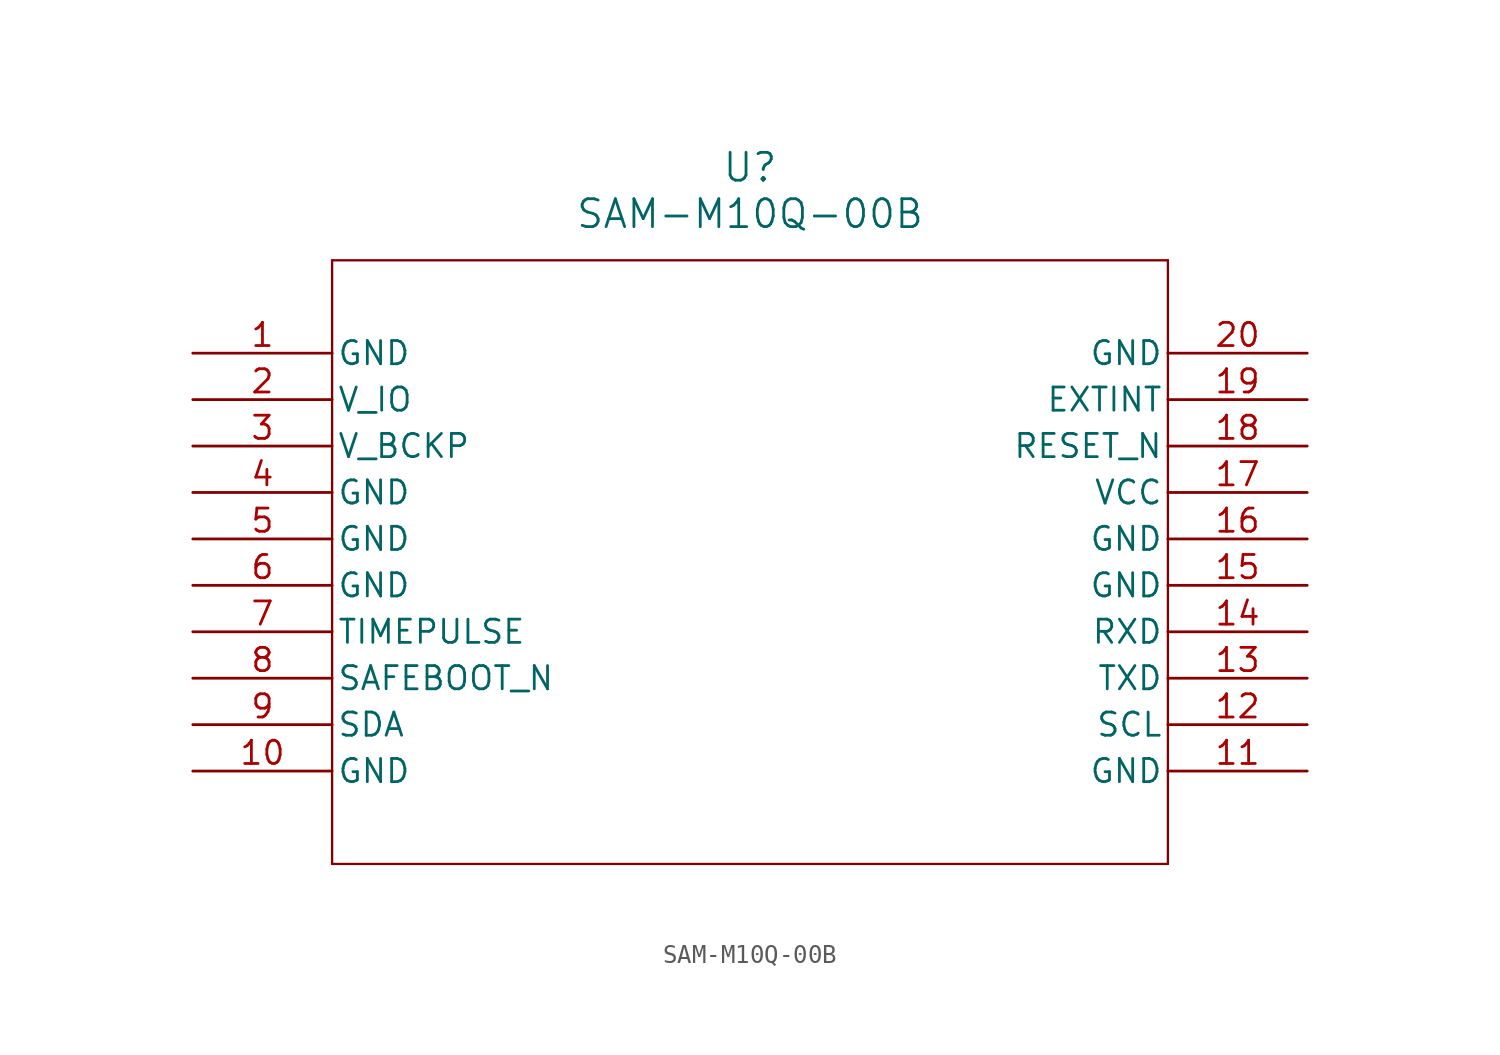
<source format=kicad_sym>
(kicad_symbol_lib
  (version 20211014)
  (generator kicad_symbol_editor)
  (symbol "SAM-M10Q-00B"
    (pin_names
      (offset 0.254))
    (property "Reference" "U"
      (at 30.48 10.16 0)
      (effects (font (size 1.524 1.524))))
    (property "Value" "SAM-M10Q-00B"
      (at 30.48 7.62 0)
      (effects (font (size 1.524 1.524))))
    (symbol "SAM-M10Q-00B_0_1"
      (polyline (pts (xy 7.62 5.08) (xy 7.62 -27.94)) (stroke (width 0.127) (type default) (color 0 0 0 0)) (fill (type none)))
      (polyline (pts (xy 7.62 -27.94) (xy 53.34 -27.94)) (stroke (width 0.127) (type default) (color 0 0 0 0)) (fill (type none)))
      (polyline (pts (xy 53.34 -27.94) (xy 53.34 5.08)) (stroke (width 0.127) (type default) (color 0 0 0 0)) (fill (type none)))
      (polyline (pts (xy 53.34 5.08) (xy 7.62 5.08)) (stroke (width 0.127) (type default) (color 0 0 0 0)) (fill (type none)))
      (pin power_out line (at 0 0 0) (length 7.62) (name "GND" (effects (font (size 1.27 1.27)))) (number "1" (effects (font (size 1.27 1.27)))))
      (pin power_in line (at 0 -2.54 0) (length 7.62) (name "V_IO" (effects (font (size 1.27 1.27)))) (number "2" (effects (font (size 1.27 1.27)))))
      (pin power_in line (at 0 -5.08 0) (length 7.62) (name "V_BCKP" (effects (font (size 1.27 1.27)))) (number "3" (effects (font (size 1.27 1.27)))))
      (pin power_out line (at 0 -7.62 0) (length 7.62) (name "GND" (effects (font (size 1.27 1.27)))) (number "4" (effects (font (size 1.27 1.27)))))
      (pin power_out line (at 0 -10.16 0) (length 7.62) (name "GND" (effects (font (size 1.27 1.27)))) (number "5" (effects (font (size 1.27 1.27)))))
      (pin power_out line (at 0 -12.7 0) (length 7.62) (name "GND" (effects (font (size 1.27 1.27)))) (number "6" (effects (font (size 1.27 1.27)))))
      (pin output line (at 0 -15.24 0) (length 7.62) (name "TIMEPULSE" (effects (font (size 1.27 1.27)))) (number "7" (effects (font (size 1.27 1.27)))))
      (pin input line (at 0 -17.78 0) (length 7.62) (name "SAFEBOOT_N" (effects (font (size 1.27 1.27)))) (number "8" (effects (font (size 1.27 1.27)))))
      (pin bidirectional line (at 0 -20.32 0) (length 7.62) (name "SDA" (effects (font (size 1.27 1.27)))) (number "9" (effects (font (size 1.27 1.27)))))
      (pin power_out line (at 0 -22.86 0) (length 7.62) (name "GND" (effects (font (size 1.27 1.27)))) (number "10" (effects (font (size 1.27 1.27)))))
      (pin power_out line (at 60.96 -22.86 180) (length 7.62) (name "GND" (effects (font (size 1.27 1.27)))) (number "11" (effects (font (size 1.27 1.27)))))
      (pin input line (at 60.96 -20.32 180) (length 7.62) (name "SCL" (effects (font (size 1.27 1.27)))) (number "12" (effects (font (size 1.27 1.27)))))
      (pin output line (at 60.96 -17.78 180) (length 7.62) (name "TXD" (effects (font (size 1.27 1.27)))) (number "13" (effects (font (size 1.27 1.27)))))
      (pin input line (at 60.96 -15.24 180) (length 7.62) (name "RXD" (effects (font (size 1.27 1.27)))) (number "14" (effects (font (size 1.27 1.27)))))
      (pin power_out line (at 60.96 -12.7 180) (length 7.62) (name "GND" (effects (font (size 1.27 1.27)))) (number "15" (effects (font (size 1.27 1.27)))))
      (pin power_out line (at 60.96 -10.16 180) (length 7.62) (name "GND" (effects (font (size 1.27 1.27)))) (number "16" (effects (font (size 1.27 1.27)))))
      (pin power_in line (at 60.96 -7.62 180) (length 7.62) (name "VCC" (effects (font (size 1.27 1.27)))) (number "17" (effects (font (size 1.27 1.27)))))
      (pin input line (at 60.96 -5.08 180) (length 7.62) (name "RESET_N" (effects (font (size 1.27 1.27)))) (number "18" (effects (font (size 1.27 1.27)))))
      (pin input line (at 60.96 -2.54 180) (length 7.62) (name "EXTINT" (effects (font (size 1.27 1.27)))) (number "19" (effects (font (size 1.27 1.27)))))
      (pin power_out line (at 60.96 0 180) (length 7.62) (name "GND" (effects (font (size 1.27 1.27)))) (number "20" (effects (font (size 1.27 1.27))))))))
</source>
